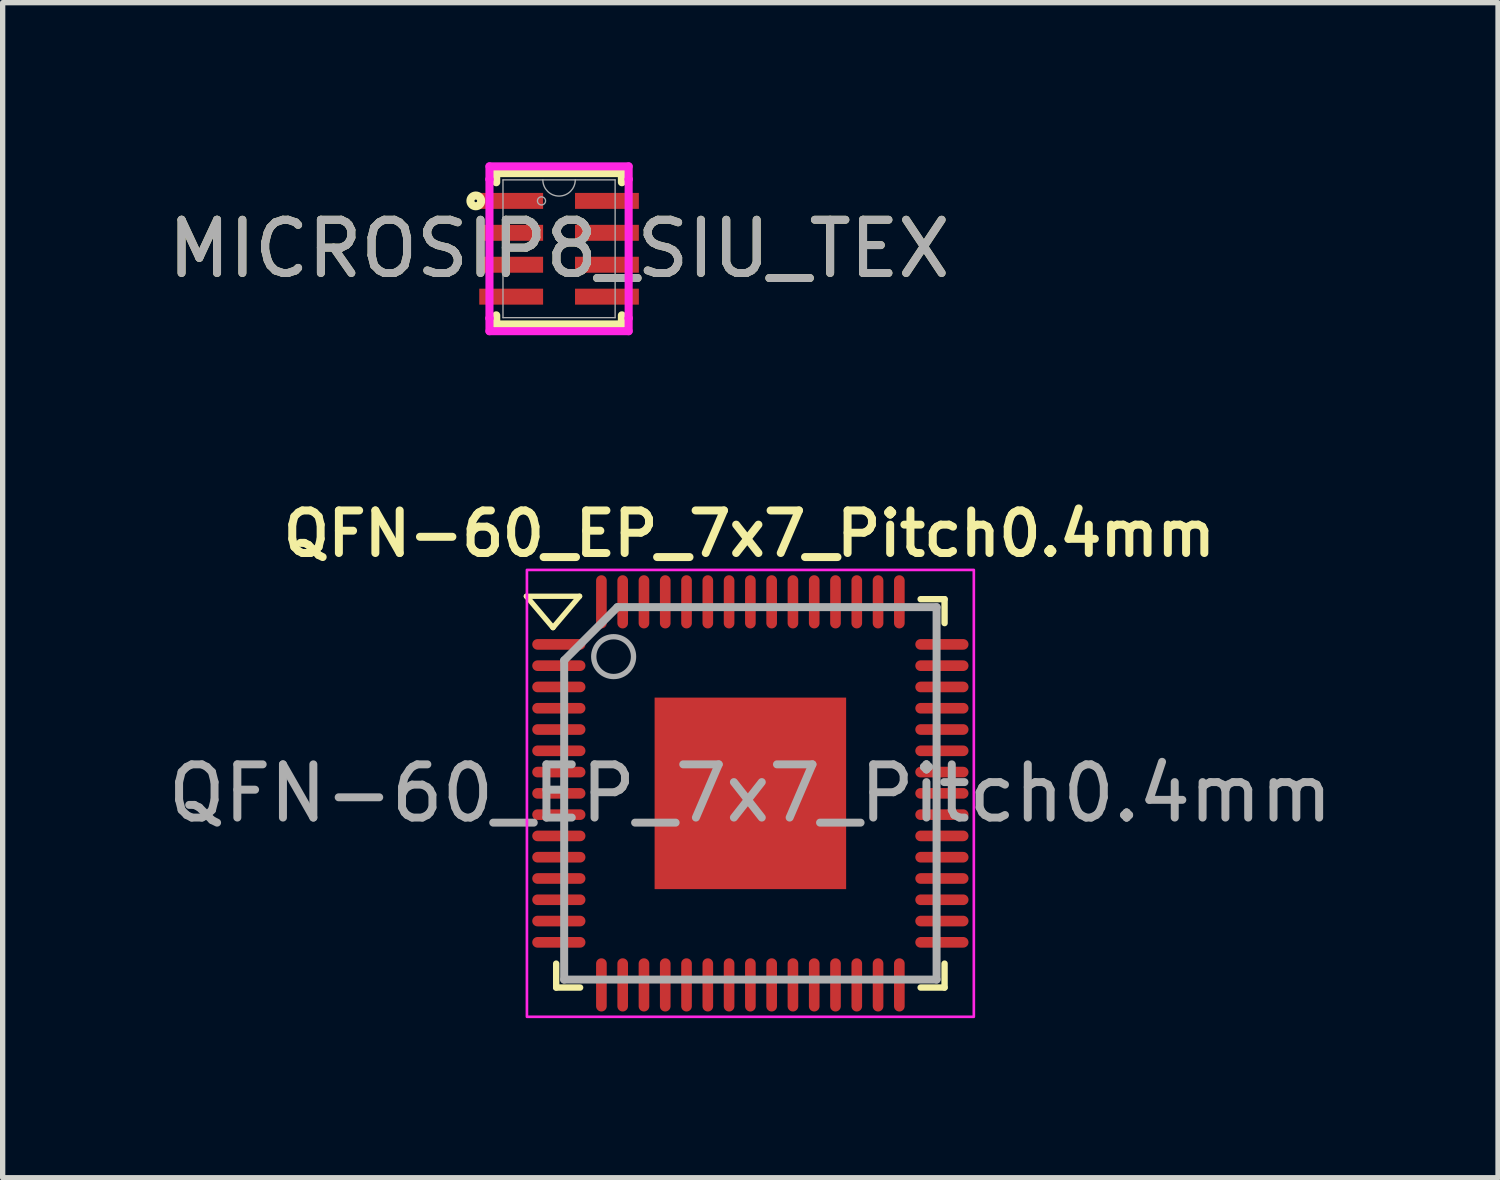
<source format=kicad_pcb>
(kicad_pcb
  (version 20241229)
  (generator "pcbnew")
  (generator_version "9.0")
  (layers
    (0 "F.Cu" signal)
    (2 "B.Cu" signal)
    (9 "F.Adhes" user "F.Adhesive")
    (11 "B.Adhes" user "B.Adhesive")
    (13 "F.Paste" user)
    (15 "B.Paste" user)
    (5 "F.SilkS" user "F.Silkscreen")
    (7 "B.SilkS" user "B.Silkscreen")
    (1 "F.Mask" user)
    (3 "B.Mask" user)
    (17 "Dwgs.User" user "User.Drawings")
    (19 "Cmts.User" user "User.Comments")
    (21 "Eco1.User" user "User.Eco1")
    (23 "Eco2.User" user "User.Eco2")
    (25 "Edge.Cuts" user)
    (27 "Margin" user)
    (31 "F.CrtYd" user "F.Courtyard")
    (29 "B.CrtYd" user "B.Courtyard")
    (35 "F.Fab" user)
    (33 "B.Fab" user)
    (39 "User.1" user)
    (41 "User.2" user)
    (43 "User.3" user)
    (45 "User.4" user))
  (footprint "QFN-60_EP_7x7_Pitch0.4mm"
    (layer "F.Cu")
    (at 11.054 11.862)
    (property "Reference" "QFN-60_EP_7x7_Pitch0.4mm" (at -0.02 -4.88 0) (layer "F.SilkS") (effects (font (size 0.8 0.8) (thickness 0.15))))
    (attr smd)
    (fp_line (start -4.21 -3.705) (end -3.71 -3.115) (stroke (width 0.1) (type default)) (layer "F.SilkS"))
    (fp_line (start -3.71 -3.115) (end -3.21 -3.705) (stroke (width 0.1) (type default)) (layer "F.SilkS"))
    (fp_line (start -3.65 3.65) (end -3.65 3.2) (stroke (width 0.12) (type default)) (layer "F.SilkS"))
    (fp_line (start -3.21 -3.705) (end -4.21 -3.705) (stroke (width 0.1) (type default)) (layer "F.SilkS"))
    (fp_line (start -3.2 3.65) (end -3.65 3.65) (stroke (width 0.12) (type default)) (layer "F.SilkS"))
    (fp_line (start 3.2 -3.65) (end 3.65 -3.65) (stroke (width 0.12) (type default)) (layer "F.SilkS"))
    (fp_line (start 3.2 3.65) (end 3.65 3.65) (stroke (width 0.12) (type default)) (layer "F.SilkS"))
    (fp_line (start 3.65 -3.65) (end 3.65 -3.2) (stroke (width 0.12) (type default)) (layer "F.SilkS"))
    (fp_line (start 3.65 3.65) (end 3.65 3.2) (stroke (width 0.12) (type default)) (layer "F.SilkS"))
    (fp_rect (start -4.2 -4.2) (end 4.2 4.2) (stroke (width 0.05) (type default)) (fill no) (layer "F.CrtYd"))
    (fp_line (start -3.5 -2.5) (end -3.5 3.5) (stroke (width 0.15) (type default)) (layer "F.Fab"))
    (fp_line (start -3.5 3.5) (end 3.5 3.5) (stroke (width 0.15) (type default)) (layer "F.Fab"))
    (fp_line (start -2.5 -3.5) (end -3.5 -2.5) (stroke (width 0.15) (type default)) (layer "F.Fab"))
    (fp_line (start 3.5 -3.5) (end -2.5 -3.5) (stroke (width 0.15) (type default)) (layer "F.Fab"))
    (fp_line (start 3.5 3.5) (end 3.5 -3.5) (stroke (width 0.15) (type default)) (layer "F.Fab"))
    (fp_circle (center -2.57 -2.57) (end -2.196 -2.57) (stroke (width 0.1) (type default)) (fill no) (layer "F.Fab"))
    (fp_text user "${REFERENCE}" (at 0 0 0) (layer "F.Fab") (effects (font (size 1 1) (thickness 0.15))))
    (pad "" smd rect (at -1.35 -1.35) (size 0.15 0.15) (layers "F.Paste"))
    (pad "" smd rect (at -1.35 -0.45) (size 0.15 0.15) (layers "F.Paste"))
    (pad "" smd rect (at -1.35 0.45) (size 0.15 0.15) (layers "F.Paste"))
    (pad "" smd rect (at -1.35 1.35) (size 0.15 0.15) (layers "F.Paste"))
    (pad "" smd rect (at -0.45 -1.35) (size 0.15 0.15) (layers "F.Paste"))
    (pad "" smd rect (at -0.45 -0.45) (size 0.15 0.15) (layers "F.Paste"))
    (pad "" smd rect (at -0.45 0.45) (size 0.15 0.15) (layers "F.Paste"))
    (pad "" smd rect (at -0.45 1.35) (size 0.15 0.15) (layers "F.Paste"))
    (pad "" smd rect (at 0.45 -1.35) (size 0.15 0.15) (layers "F.Paste"))
    (pad "" smd rect (at 0.45 -0.45) (size 0.15 0.15) (layers "F.Paste"))
    (pad "" smd rect (at 0.45 0.45) (size 0.15 0.15) (layers "F.Paste"))
    (pad "" smd rect (at 0.45 1.35) (size 0.15 0.15) (layers "F.Paste"))
    (pad "" smd rect (at 1.35 -1.35) (size 0.15 0.15) (layers "F.Paste"))
    (pad "" smd rect (at 1.35 -0.45) (size 0.15 0.15) (layers "F.Paste"))
    (pad "" smd rect (at 1.35 0.45) (size 0.15 0.15) (layers "F.Paste"))
    (pad "" smd rect (at 1.35 1.35) (size 0.15 0.15) (layers "F.Paste"))
    (pad "1" smd oval (at -3.6 -2.8 90) (size 0.2 1) (layers "F.Cu" "F.Mask" "F.Paste"))
    (pad "2" smd oval (at -3.6 -2.4 90) (size 0.2 1) (layers "F.Cu" "F.Mask" "F.Paste"))
    (pad "3" smd oval (at -3.6 -2 90) (size 0.2 1) (layers "F.Cu" "F.Mask" "F.Paste"))
    (pad "4" smd oval (at -3.6 -1.6 90) (size 0.2 1) (layers "F.Cu" "F.Mask" "F.Paste"))
    (pad "5" smd oval (at -3.6 -1.2 90) (size 0.2 1) (layers "F.Cu" "F.Mask" "F.Paste"))
    (pad "6" smd oval (at -3.6 -0.8 90) (size 0.2 1) (layers "F.Cu" "F.Mask" "F.Paste"))
    (pad "7" smd oval (at -3.6 -0.4 90) (size 0.2 1) (layers "F.Cu" "F.Mask" "F.Paste"))
    (pad "8" smd oval (at -3.6 0 90) (size 0.2 1) (layers "F.Cu" "F.Mask" "F.Paste"))
    (pad "9" smd oval (at -3.6 0.4 90) (size 0.2 1) (layers "F.Cu" "F.Mask" "F.Paste"))
    (pad "10" smd oval (at -3.6 0.8 90) (size 0.2 1) (layers "F.Cu" "F.Mask" "F.Paste"))
    (pad "11" smd oval (at -3.6 1.2 90) (size 0.2 1) (layers "F.Cu" "F.Mask" "F.Paste"))
    (pad "12" smd oval (at -3.6 1.6 90) (size 0.2 1) (layers "F.Cu" "F.Mask" "F.Paste"))
    (pad "13" smd oval (at -3.6 2 90) (size 0.2 1) (layers "F.Cu" "F.Mask" "F.Paste"))
    (pad "14" smd oval (at -3.6 2.4 90) (size 0.2 1) (layers "F.Cu" "F.Mask" "F.Paste"))
    (pad "15" smd oval (at -3.6 2.8 90) (size 0.2 1) (layers "F.Cu" "F.Mask" "F.Paste"))
    (pad "16" smd oval (at -2.8 3.6) (size 0.2 1) (layers "F.Cu" "F.Mask" "F.Paste"))
    (pad "17" smd oval (at -2.4 3.6) (size 0.2 1) (layers "F.Cu" "F.Mask" "F.Paste"))
    (pad "18" smd oval (at -2 3.6) (size 0.2 1) (layers "F.Cu" "F.Mask" "F.Paste"))
    (pad "19" smd oval (at -1.6 3.6) (size 0.2 1) (layers "F.Cu" "F.Mask" "F.Paste"))
    (pad "20" smd oval (at -1.2 3.6) (size 0.2 1) (layers "F.Cu" "F.Mask" "F.Paste"))
    (pad "21" smd oval (at -0.8 3.6) (size 0.2 1) (layers "F.Cu" "F.Mask" "F.Paste"))
    (pad "22" smd oval (at -0.4 3.6) (size 0.2 1) (layers "F.Cu" "F.Mask" "F.Paste"))
    (pad "23" smd oval (at 0 3.6) (size 0.2 1) (layers "F.Cu" "F.Mask" "F.Paste"))
    (pad "24" smd oval (at 0.4 3.6) (size 0.2 1) (layers "F.Cu" "F.Mask" "F.Paste"))
    (pad "25" smd oval (at 0.8 3.6) (size 0.2 1) (layers "F.Cu" "F.Mask" "F.Paste"))
    (pad "26" smd oval (at 1.2 3.6) (size 0.2 1) (layers "F.Cu" "F.Mask" "F.Paste"))
    (pad "27" smd oval (at 1.6 3.6) (size 0.2 1) (layers "F.Cu" "F.Mask" "F.Paste"))
    (pad "28" smd oval (at 2 3.6) (size 0.2 1) (layers "F.Cu" "F.Mask" "F.Paste"))
    (pad "29" smd oval (at 2.4 3.6) (size 0.2 1) (layers "F.Cu" "F.Mask" "F.Paste"))
    (pad "30" smd oval (at 2.8 3.6) (size 0.2 1) (layers "F.Cu" "F.Mask" "F.Paste"))
    (pad "31" smd oval (at 3.6 2.8 90) (size 0.2 1) (layers "F.Cu" "F.Mask" "F.Paste"))
    (pad "32" smd oval (at 3.6 2.4 90) (size 0.2 1) (layers "F.Cu" "F.Mask" "F.Paste"))
    (pad "33" smd oval (at 3.6 2 90) (size 0.2 1) (layers "F.Cu" "F.Mask" "F.Paste"))
    (pad "34" smd oval (at 3.6 1.6 90) (size 0.2 1) (layers "F.Cu" "F.Mask" "F.Paste"))
    (pad "35" smd oval (at 3.6 1.2 90) (size 0.2 1) (layers "F.Cu" "F.Mask" "F.Paste"))
    (pad "36" smd oval (at 3.6 0.8 90) (size 0.2 1) (layers "F.Cu" "F.Mask" "F.Paste"))
    (pad "37" smd oval (at 3.6 0.4 90) (size 0.2 1) (layers "F.Cu" "F.Mask" "F.Paste"))
    (pad "38" smd oval (at 3.6 0 90) (size 0.2 1) (layers "F.Cu" "F.Mask" "F.Paste"))
    (pad "39" smd oval (at 3.6 -0.4 90) (size 0.2 1) (layers "F.Cu" "F.Mask" "F.Paste"))
    (pad "40" smd oval (at 3.6 -0.8 90) (size 0.2 1) (layers "F.Cu" "F.Mask" "F.Paste"))
    (pad "41" smd oval (at 3.6 -1.2 90) (size 0.2 1) (layers "F.Cu" "F.Mask" "F.Paste"))
    (pad "42" smd oval (at 3.6 -1.6 90) (size 0.2 1) (layers "F.Cu" "F.Mask" "F.Paste"))
    (pad "43" smd oval (at 3.6 -2 90) (size 0.2 1) (layers "F.Cu" "F.Mask" "F.Paste"))
    (pad "44" smd oval (at 3.6 -2.4 90) (size 0.2 1) (layers "F.Cu" "F.Mask" "F.Paste"))
    (pad "45" smd oval (at 3.6 -2.8 90) (size 0.2 1) (layers "F.Cu" "F.Mask" "F.Paste"))
    (pad "46" smd oval (at 2.8 -3.6) (size 0.2 1) (layers "F.Cu" "F.Mask" "F.Paste"))
    (pad "47" smd oval (at 2.4 -3.6) (size 0.2 1) (layers "F.Cu" "F.Mask" "F.Paste"))
    (pad "48" smd oval (at 2 -3.6) (size 0.2 1) (layers "F.Cu" "F.Mask" "F.Paste"))
    (pad "49" smd oval (at 1.6 -3.6) (size 0.2 1) (layers "F.Cu" "F.Mask" "F.Paste"))
    (pad "50" smd oval (at 1.2 -3.6) (size 0.2 1) (layers "F.Cu" "F.Mask" "F.Paste"))
    (pad "51" smd oval (at 0.8 -3.6) (size 0.2 1) (layers "F.Cu" "F.Mask" "F.Paste"))
    (pad "52" smd oval (at 0.4 -3.6) (size 0.2 1) (layers "F.Cu" "F.Mask" "F.Paste"))
    (pad "53" smd oval (at 0 -3.6) (size 0.2 1) (layers "F.Cu" "F.Mask" "F.Paste"))
    (pad "54" smd oval (at -0.4 -3.6) (size 0.2 1) (layers "F.Cu" "F.Mask" "F.Paste"))
    (pad "55" smd oval (at -0.8 -3.6) (size 0.2 1) (layers "F.Cu" "F.Mask" "F.Paste"))
    (pad "56" smd oval (at -1.2 -3.6) (size 0.2 1) (layers "F.Cu" "F.Mask" "F.Paste"))
    (pad "57" smd oval (at -1.6 -3.6) (size 0.2 1) (layers "F.Cu" "F.Mask" "F.Paste"))
    (pad "58" smd oval (at -2 -3.6) (size 0.2 1) (layers "F.Cu" "F.Mask" "F.Paste"))
    (pad "59" smd oval (at -2.4 -3.6) (size 0.2 1) (layers "F.Cu" "F.Mask" "F.Paste"))
    (pad "60" smd oval (at -2.8 -3.6) (size 0.2 1) (layers "F.Cu" "F.Mask" "F.Paste"))
    (pad "61" smd rect (at 0 0) (size 3.6 3.6) (layers "F.Cu" "F.Mask")))
  (footprint "MICROSIP8_SIU_TEX"
    (layer "F.Cu")
    (at 7.458 1.626)
    (property "Reference" "MICROSIP8_SIU_TEX" (at 0 0 0) (unlocked yes) (layer "F.SilkS") (effects (font (size 1 1) (thickness 0.15))))
    (attr smd)
    (fp_line (start -1.181 -1.422) (end -1.181 -1.251) (stroke (width 0.152) (type solid)) (layer "F.SilkS"))
    (fp_line (start -1.181 1.251) (end -1.181 1.422) (stroke (width 0.152) (type solid)) (layer "F.SilkS"))
    (fp_line (start -1.181 1.422) (end 1.181 1.422) (stroke (width 0.152) (type solid)) (layer "F.SilkS"))
    (fp_line (start 1.181 -1.422) (end -1.181 -1.422) (stroke (width 0.152) (type solid)) (layer "F.SilkS"))
    (fp_line (start 1.181 -1.251) (end 1.181 -1.422) (stroke (width 0.152) (type solid)) (layer "F.SilkS"))
    (fp_line (start 1.181 1.422) (end 1.181 1.251) (stroke (width 0.152) (type solid)) (layer "F.SilkS"))
    (fp_circle (center -1.565 -0.9) (end -1.464 -0.9) (stroke (width 0.152) (type solid)) (fill no) (layer "F.SilkS"))
    (fp_line (start -1.308 -1.549) (end 1.308 -1.549) (stroke (width 0.152) (type solid)) (layer "F.CrtYd"))
    (fp_line (start -1.308 -1.306) (end -1.308 -1.549) (stroke (width 0.152) (type solid)) (layer "F.CrtYd"))
    (fp_line (start -1.308 -1.306) (end -1.308 -1.306) (stroke (width 0.152) (type solid)) (layer "F.CrtYd"))
    (fp_line (start -1.308 1.306) (end -1.308 -1.306) (stroke (width 0.152) (type solid)) (layer "F.CrtYd"))
    (fp_line (start -1.308 1.306) (end -1.308 1.306) (stroke (width 0.152) (type solid)) (layer "F.CrtYd"))
    (fp_line (start -1.308 1.549) (end -1.308 1.306) (stroke (width 0.152) (type solid)) (layer "F.CrtYd"))
    (fp_line (start 1.308 -1.549) (end 1.308 -1.306) (stroke (width 0.152) (type solid)) (layer "F.CrtYd"))
    (fp_line (start 1.308 -1.306) (end 1.308 -1.306) (stroke (width 0.152) (type solid)) (layer "F.CrtYd"))
    (fp_line (start 1.308 -1.306) (end 1.308 1.306) (stroke (width 0.152) (type solid)) (layer "F.CrtYd"))
    (fp_line (start 1.308 1.306) (end 1.308 1.306) (stroke (width 0.152) (type solid)) (layer "F.CrtYd"))
    (fp_line (start 1.308 1.306) (end 1.308 1.549) (stroke (width 0.152) (type solid)) (layer "F.CrtYd"))
    (fp_line (start 1.308 1.549) (end -1.308 1.549) (stroke (width 0.152) (type solid)) (layer "F.CrtYd"))
    (fp_line (start -1.054 -1.295) (end -1.054 1.295) (stroke (width 0.025) (type solid)) (layer "F.Fab"))
    (fp_line (start -1.054 1.295) (end 1.054 1.295) (stroke (width 0.025) (type solid)) (layer "F.Fab"))
    (fp_line (start 1.054 -1.295) (end -1.054 -1.295) (stroke (width 0.025) (type solid)) (layer "F.Fab"))
    (fp_line (start 1.054 1.295) (end 1.054 -1.295) (stroke (width 0.025) (type solid)) (layer "F.Fab"))
    (fp_arc (start 0.3048 -1.2954) (mid 0 -0.9906) (end -0.3048 -1.2954) (stroke (width 0.0254) (type solid)) (layer "F.Fab"))
    (fp_circle (center -0.33 -0.9) (end -0.254 -0.9) (stroke (width 0.025) (type solid)) (fill no) (layer "F.Fab"))
    (fp_text user "${REFERENCE}" (at 0 0 0) (unlocked yes) (layer "F.Fab") (effects (font (size 1 1) (thickness 0.15))))
    (pad "1" smd rect (at -0.9 -0.9) (size 1.2 0.3) (layers "F.Cu" "F.Mask" "F.Paste"))
    (pad "2" smd rect (at -0.9 -0.3) (size 1.2 0.3) (layers "F.Cu" "F.Mask" "F.Paste"))
    (pad "3" smd rect (at -0.9 0.3) (size 1.2 0.3) (layers "F.Cu" "F.Mask" "F.Paste"))
    (pad "4" smd rect (at -0.9 0.9) (size 1.2 0.3) (layers "F.Cu" "F.Mask" "F.Paste"))
    (pad "5" smd rect (at 0.9 0.9) (size 1.2 0.3) (layers "F.Cu" "F.Mask" "F.Paste"))
    (pad "6" smd rect (at 0.9 0.3) (size 1.2 0.3) (layers "F.Cu" "F.Mask" "F.Paste"))
    (pad "7" smd rect (at 0.9 -0.3) (size 1.2 0.3) (layers "F.Cu" "F.Mask" "F.Paste"))
    (pad "8" smd rect (at 0.9 -0.9) (size 1.2 0.3) (layers "F.Cu" "F.Mask" "F.Paste")))
  (gr_rect
    (start -3 -3)
    (end 25.107 19.087)
    (stroke (width 0.1) (type default))
    (fill no)
    (layer "Edge.Cuts")))
</source>
